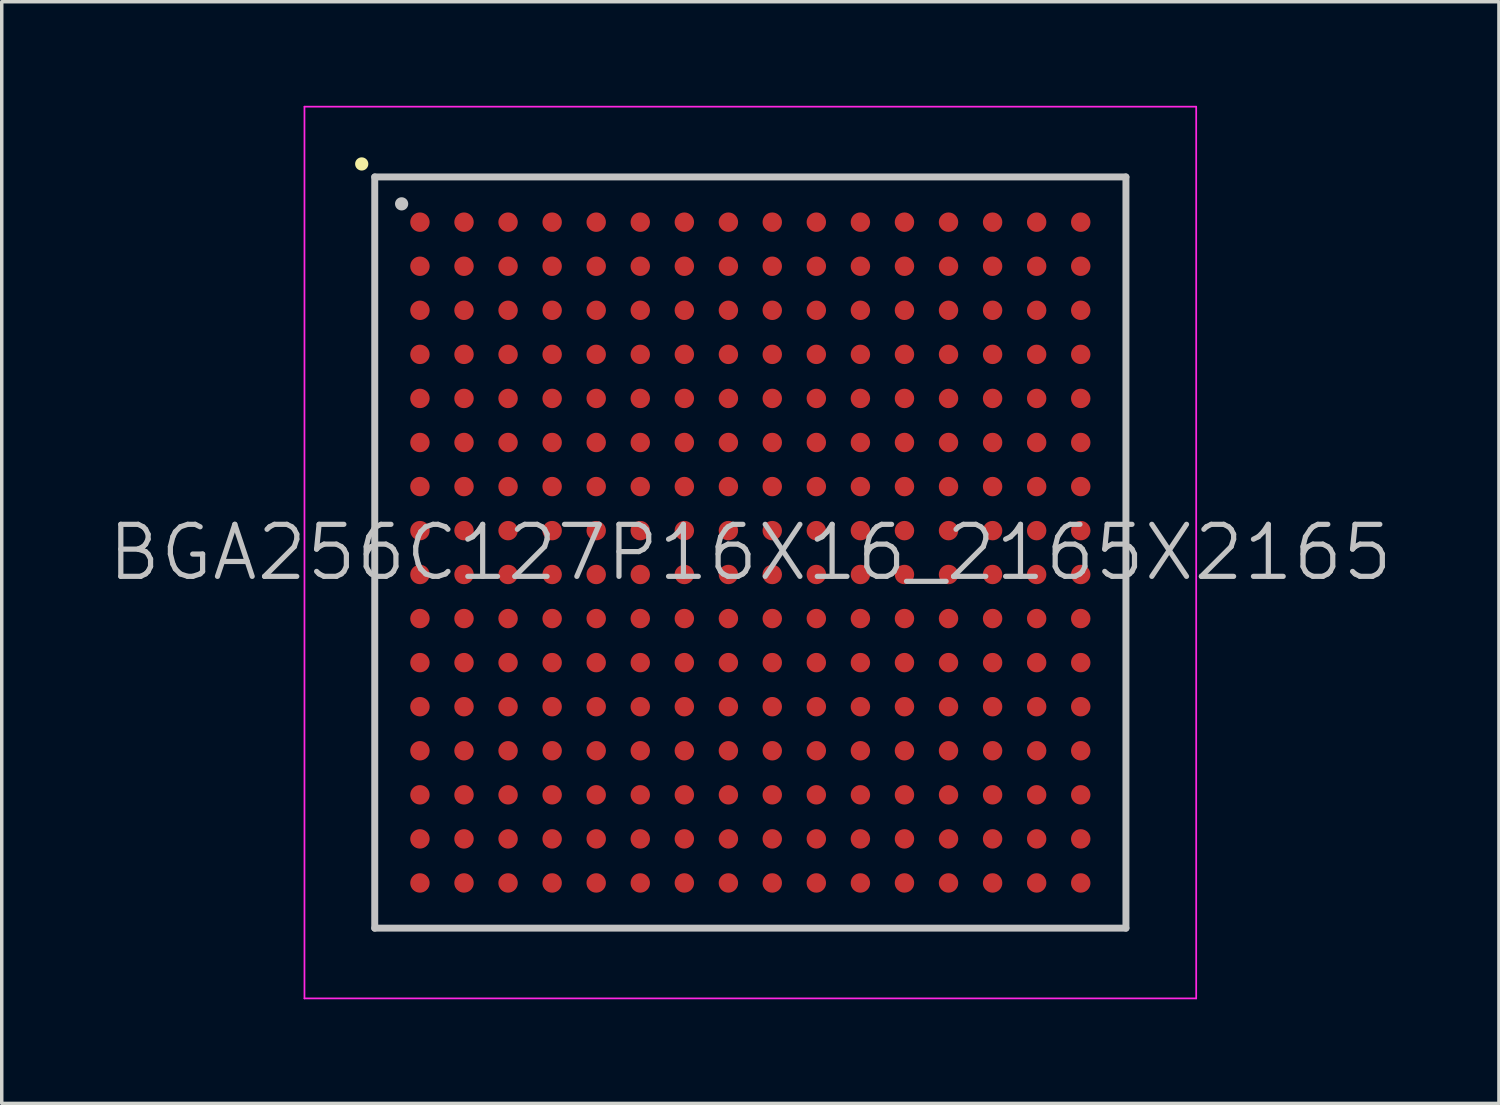
<source format=kicad_pcb>
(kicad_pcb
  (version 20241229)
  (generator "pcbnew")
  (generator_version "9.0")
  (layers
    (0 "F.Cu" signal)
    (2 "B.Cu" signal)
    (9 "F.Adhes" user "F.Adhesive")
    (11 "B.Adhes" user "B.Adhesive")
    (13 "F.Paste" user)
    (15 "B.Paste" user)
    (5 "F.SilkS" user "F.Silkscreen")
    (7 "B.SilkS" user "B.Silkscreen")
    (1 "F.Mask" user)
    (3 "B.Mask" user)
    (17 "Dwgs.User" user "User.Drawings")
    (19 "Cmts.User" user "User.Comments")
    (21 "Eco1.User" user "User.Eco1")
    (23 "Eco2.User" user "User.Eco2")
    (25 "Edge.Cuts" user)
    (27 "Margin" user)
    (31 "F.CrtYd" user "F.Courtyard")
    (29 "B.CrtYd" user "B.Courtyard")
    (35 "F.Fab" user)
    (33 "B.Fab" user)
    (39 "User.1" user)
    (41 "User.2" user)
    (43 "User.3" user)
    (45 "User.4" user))
  (footprint "BGA256C127P16X16_2165X2165"
    (layer "F.Cu")
    (at 18.575 12.875)
    (property "Reference" "BGA256C127P16X16_2165X2165" (at 0 0 0) (layer "Dwgs.User") (effects (font (size 1.5 1.5) (thickness 0.15))))
    (attr smd)
    (fp_line (start -11.2 -11.2) (end -11.2 -11.2) (stroke (width 0.381) (type solid)) (layer "F.SilkS"))
    (fp_line (start -10.825 -10.825) (end -10.825 10.825) (stroke (width 0.2) (type solid)) (layer "Dwgs.User"))
    (fp_line (start -10.825 -10.825) (end 10.825 -10.825) (stroke (width 0.2) (type solid)) (layer "Dwgs.User"))
    (fp_line (start -10.825 10.825) (end 10.825 10.825) (stroke (width 0.2) (type solid)) (layer "Dwgs.User"))
    (fp_line (start -10.05 -10.05) (end -10.05 -10.05) (stroke (width 0.381) (type solid)) (layer "Dwgs.User"))
    (fp_line (start 10.825 -10.825) (end 10.825 10.825) (stroke (width 0.2) (type solid)) (layer "Dwgs.User"))
    (fp_line (start -12.85 -12.85) (end -12.85 12.85) (stroke (width 0.05) (type solid)) (layer "F.CrtYd"))
    (fp_line (start -12.85 -12.85) (end 12.85 -12.85) (stroke (width 0.05) (type solid)) (layer "F.CrtYd"))
    (fp_line (start -12.85 12.85) (end 12.85 12.85) (stroke (width 0.05) (type solid)) (layer "F.CrtYd"))
    (fp_line (start 12.85 -12.85) (end 12.85 12.85) (stroke (width 0.05) (type solid)) (layer "F.CrtYd"))
    (pad "A1" smd circle (at -9.522 -9.522 270) (size 0.56 0.56) (layers "F.Cu" "F.Mask" "F.Paste"))
    (pad "A2" smd circle (at -8.252 -9.522 270) (size 0.56 0.56) (layers "F.Cu" "F.Mask" "F.Paste"))
    (pad "A3" smd circle (at -6.982 -9.522 270) (size 0.56 0.56) (layers "F.Cu" "F.Mask" "F.Paste"))
    (pad "A4" smd circle (at -5.712 -9.522 270) (size 0.56 0.56) (layers "F.Cu" "F.Mask" "F.Paste"))
    (pad "A5" smd circle (at -4.442 -9.522 270) (size 0.56 0.56) (layers "F.Cu" "F.Mask" "F.Paste"))
    (pad "A6" smd circle (at -3.172 -9.522 270) (size 0.56 0.56) (layers "F.Cu" "F.Mask" "F.Paste"))
    (pad "A7" smd circle (at -1.902 -9.522 270) (size 0.56 0.56) (layers "F.Cu" "F.Mask" "F.Paste"))
    (pad "A8" smd circle (at -0.632 -9.522 270) (size 0.56 0.56) (layers "F.Cu" "F.Mask" "F.Paste"))
    (pad "A9" smd circle (at 0.632 -9.522 270) (size 0.56 0.56) (layers "F.Cu" "F.Mask" "F.Paste"))
    (pad "A10" smd circle (at 1.902 -9.522 270) (size 0.56 0.56) (layers "F.Cu" "F.Mask" "F.Paste"))
    (pad "A11" smd circle (at 3.172 -9.522 270) (size 0.56 0.56) (layers "F.Cu" "F.Mask" "F.Paste"))
    (pad "A12" smd circle (at 4.442 -9.522 270) (size 0.56 0.56) (layers "F.Cu" "F.Mask" "F.Paste"))
    (pad "A13" smd circle (at 5.712 -9.522 270) (size 0.56 0.56) (layers "F.Cu" "F.Mask" "F.Paste"))
    (pad "A14" smd circle (at 6.982 -9.522 270) (size 0.56 0.56) (layers "F.Cu" "F.Mask" "F.Paste"))
    (pad "A15" smd circle (at 8.252 -9.522 270) (size 0.56 0.56) (layers "F.Cu" "F.Mask" "F.Paste"))
    (pad "A16" smd circle (at 9.522 -9.522 270) (size 0.56 0.56) (layers "F.Cu" "F.Mask" "F.Paste"))
    (pad "B1" smd circle (at -9.522 -8.252 270) (size 0.56 0.56) (layers "F.Cu" "F.Mask" "F.Paste"))
    (pad "B2" smd circle (at -8.252 -8.252 270) (size 0.56 0.56) (layers "F.Cu" "F.Mask" "F.Paste"))
    (pad "B3" smd circle (at -6.982 -8.252 270) (size 0.56 0.56) (layers "F.Cu" "F.Mask" "F.Paste"))
    (pad "B4" smd circle (at -5.712 -8.252 270) (size 0.56 0.56) (layers "F.Cu" "F.Mask" "F.Paste"))
    (pad "B5" smd circle (at -4.442 -8.252 270) (size 0.56 0.56) (layers "F.Cu" "F.Mask" "F.Paste"))
    (pad "B6" smd circle (at -3.172 -8.252 270) (size 0.56 0.56) (layers "F.Cu" "F.Mask" "F.Paste"))
    (pad "B7" smd circle (at -1.902 -8.252 270) (size 0.56 0.56) (layers "F.Cu" "F.Mask" "F.Paste"))
    (pad "B8" smd circle (at -0.632 -8.252 270) (size 0.56 0.56) (layers "F.Cu" "F.Mask" "F.Paste"))
    (pad "B9" smd circle (at 0.632 -8.252 270) (size 0.56 0.56) (layers "F.Cu" "F.Mask" "F.Paste"))
    (pad "B10" smd circle (at 1.902 -8.252 270) (size 0.56 0.56) (layers "F.Cu" "F.Mask" "F.Paste"))
    (pad "B11" smd circle (at 3.172 -8.252 270) (size 0.56 0.56) (layers "F.Cu" "F.Mask" "F.Paste"))
    (pad "B12" smd circle (at 4.442 -8.252 270) (size 0.56 0.56) (layers "F.Cu" "F.Mask" "F.Paste"))
    (pad "B13" smd circle (at 5.712 -8.252 270) (size 0.56 0.56) (layers "F.Cu" "F.Mask" "F.Paste"))
    (pad "B14" smd circle (at 6.982 -8.252 270) (size 0.56 0.56) (layers "F.Cu" "F.Mask" "F.Paste"))
    (pad "B15" smd circle (at 8.252 -8.252 270) (size 0.56 0.56) (layers "F.Cu" "F.Mask" "F.Paste"))
    (pad "B16" smd circle (at 9.522 -8.252 270) (size 0.56 0.56) (layers "F.Cu" "F.Mask" "F.Paste"))
    (pad "C1" smd circle (at -9.522 -6.982 270) (size 0.56 0.56) (layers "F.Cu" "F.Mask" "F.Paste"))
    (pad "C2" smd circle (at -8.252 -6.982 270) (size 0.56 0.56) (layers "F.Cu" "F.Mask" "F.Paste"))
    (pad "C3" smd circle (at -6.982 -6.982 270) (size 0.56 0.56) (layers "F.Cu" "F.Mask" "F.Paste"))
    (pad "C4" smd circle (at -5.712 -6.982 270) (size 0.56 0.56) (layers "F.Cu" "F.Mask" "F.Paste"))
    (pad "C5" smd circle (at -4.442 -6.982 270) (size 0.56 0.56) (layers "F.Cu" "F.Mask" "F.Paste"))
    (pad "C6" smd circle (at -3.172 -6.982 270) (size 0.56 0.56) (layers "F.Cu" "F.Mask" "F.Paste"))
    (pad "C7" smd circle (at -1.902 -6.982 270) (size 0.56 0.56) (layers "F.Cu" "F.Mask" "F.Paste"))
    (pad "C8" smd circle (at -0.632 -6.982 270) (size 0.56 0.56) (layers "F.Cu" "F.Mask" "F.Paste"))
    (pad "C9" smd circle (at 0.632 -6.982 270) (size 0.56 0.56) (layers "F.Cu" "F.Mask" "F.Paste"))
    (pad "C10" smd circle (at 1.902 -6.982 270) (size 0.56 0.56) (layers "F.Cu" "F.Mask" "F.Paste"))
    (pad "C11" smd circle (at 3.172 -6.982 270) (size 0.56 0.56) (layers "F.Cu" "F.Mask" "F.Paste"))
    (pad "C12" smd circle (at 4.442 -6.982 270) (size 0.56 0.56) (layers "F.Cu" "F.Mask" "F.Paste"))
    (pad "C13" smd circle (at 5.712 -6.982 270) (size 0.56 0.56) (layers "F.Cu" "F.Mask" "F.Paste"))
    (pad "C14" smd circle (at 6.982 -6.982 270) (size 0.56 0.56) (layers "F.Cu" "F.Mask" "F.Paste"))
    (pad "C15" smd circle (at 8.252 -6.982 270) (size 0.56 0.56) (layers "F.Cu" "F.Mask" "F.Paste"))
    (pad "C16" smd circle (at 9.522 -6.982 270) (size 0.56 0.56) (layers "F.Cu" "F.Mask" "F.Paste"))
    (pad "D1" smd circle (at -9.522 -5.712 270) (size 0.56 0.56) (layers "F.Cu" "F.Mask" "F.Paste"))
    (pad "D2" smd circle (at -8.252 -5.712 270) (size 0.56 0.56) (layers "F.Cu" "F.Mask" "F.Paste"))
    (pad "D3" smd circle (at -6.982 -5.712 270) (size 0.56 0.56) (layers "F.Cu" "F.Mask" "F.Paste"))
    (pad "D4" smd circle (at -5.712 -5.712 270) (size 0.56 0.56) (layers "F.Cu" "F.Mask" "F.Paste"))
    (pad "D5" smd circle (at -4.442 -5.712 270) (size 0.56 0.56) (layers "F.Cu" "F.Mask" "F.Paste"))
    (pad "D6" smd circle (at -3.172 -5.712 270) (size 0.56 0.56) (layers "F.Cu" "F.Mask" "F.Paste"))
    (pad "D7" smd circle (at -1.902 -5.712 270) (size 0.56 0.56) (layers "F.Cu" "F.Mask" "F.Paste"))
    (pad "D8" smd circle (at -0.632 -5.712 270) (size 0.56 0.56) (layers "F.Cu" "F.Mask" "F.Paste"))
    (pad "D9" smd circle (at 0.632 -5.712 270) (size 0.56 0.56) (layers "F.Cu" "F.Mask" "F.Paste"))
    (pad "D10" smd circle (at 1.902 -5.712 270) (size 0.56 0.56) (layers "F.Cu" "F.Mask" "F.Paste"))
    (pad "D11" smd circle (at 3.172 -5.712 270) (size 0.56 0.56) (layers "F.Cu" "F.Mask" "F.Paste"))
    (pad "D12" smd circle (at 4.442 -5.712 270) (size 0.56 0.56) (layers "F.Cu" "F.Mask" "F.Paste"))
    (pad "D13" smd circle (at 5.712 -5.712 270) (size 0.56 0.56) (layers "F.Cu" "F.Mask" "F.Paste"))
    (pad "D14" smd circle (at 6.982 -5.712 270) (size 0.56 0.56) (layers "F.Cu" "F.Mask" "F.Paste"))
    (pad "D15" smd circle (at 8.252 -5.712 270) (size 0.56 0.56) (layers "F.Cu" "F.Mask" "F.Paste"))
    (pad "D16" smd circle (at 9.522 -5.712 270) (size 0.56 0.56) (layers "F.Cu" "F.Mask" "F.Paste"))
    (pad "E1" smd circle (at -9.522 -4.442 270) (size 0.56 0.56) (layers "F.Cu" "F.Mask" "F.Paste"))
    (pad "E2" smd circle (at -8.252 -4.442 270) (size 0.56 0.56) (layers "F.Cu" "F.Mask" "F.Paste"))
    (pad "E3" smd circle (at -6.982 -4.442 270) (size 0.56 0.56) (layers "F.Cu" "F.Mask" "F.Paste"))
    (pad "E4" smd circle (at -5.712 -4.442 270) (size 0.56 0.56) (layers "F.Cu" "F.Mask" "F.Paste"))
    (pad "E5" smd circle (at -4.442 -4.442 270) (size 0.56 0.56) (layers "F.Cu" "F.Mask" "F.Paste"))
    (pad "E6" smd circle (at -3.172 -4.442 270) (size 0.56 0.56) (layers "F.Cu" "F.Mask" "F.Paste"))
    (pad "E7" smd circle (at -1.902 -4.442 270) (size 0.56 0.56) (layers "F.Cu" "F.Mask" "F.Paste"))
    (pad "E8" smd circle (at -0.632 -4.442 270) (size 0.56 0.56) (layers "F.Cu" "F.Mask" "F.Paste"))
    (pad "E9" smd circle (at 0.632 -4.442 270) (size 0.56 0.56) (layers "F.Cu" "F.Mask" "F.Paste"))
    (pad "E10" smd circle (at 1.902 -4.442 270) (size 0.56 0.56) (layers "F.Cu" "F.Mask" "F.Paste"))
    (pad "E11" smd circle (at 3.172 -4.442 270) (size 0.56 0.56) (layers "F.Cu" "F.Mask" "F.Paste"))
    (pad "E12" smd circle (at 4.442 -4.442 270) (size 0.56 0.56) (layers "F.Cu" "F.Mask" "F.Paste"))
    (pad "E13" smd circle (at 5.712 -4.442 270) (size 0.56 0.56) (layers "F.Cu" "F.Mask" "F.Paste"))
    (pad "E14" smd circle (at 6.982 -4.442 270) (size 0.56 0.56) (layers "F.Cu" "F.Mask" "F.Paste"))
    (pad "E15" smd circle (at 8.252 -4.442 270) (size 0.56 0.56) (layers "F.Cu" "F.Mask" "F.Paste"))
    (pad "E16" smd circle (at 9.522 -4.442 270) (size 0.56 0.56) (layers "F.Cu" "F.Mask" "F.Paste"))
    (pad "F1" smd circle (at -9.522 -3.172 270) (size 0.56 0.56) (layers "F.Cu" "F.Mask" "F.Paste"))
    (pad "F2" smd circle (at -8.252 -3.172 270) (size 0.56 0.56) (layers "F.Cu" "F.Mask" "F.Paste"))
    (pad "F3" smd circle (at -6.982 -3.172 270) (size 0.56 0.56) (layers "F.Cu" "F.Mask" "F.Paste"))
    (pad "F4" smd circle (at -5.712 -3.172 270) (size 0.56 0.56) (layers "F.Cu" "F.Mask" "F.Paste"))
    (pad "F5" smd circle (at -4.442 -3.172 270) (size 0.56 0.56) (layers "F.Cu" "F.Mask" "F.Paste"))
    (pad "F6" smd circle (at -3.172 -3.172 270) (size 0.56 0.56) (layers "F.Cu" "F.Mask" "F.Paste"))
    (pad "F7" smd circle (at -1.902 -3.172 270) (size 0.56 0.56) (layers "F.Cu" "F.Mask" "F.Paste"))
    (pad "F8" smd circle (at -0.632 -3.172 270) (size 0.56 0.56) (layers "F.Cu" "F.Mask" "F.Paste"))
    (pad "F9" smd circle (at 0.632 -3.172 270) (size 0.56 0.56) (layers "F.Cu" "F.Mask" "F.Paste"))
    (pad "F10" smd circle (at 1.902 -3.172 270) (size 0.56 0.56) (layers "F.Cu" "F.Mask" "F.Paste"))
    (pad "F11" smd circle (at 3.172 -3.172 270) (size 0.56 0.56) (layers "F.Cu" "F.Mask" "F.Paste"))
    (pad "F12" smd circle (at 4.442 -3.172 270) (size 0.56 0.56) (layers "F.Cu" "F.Mask" "F.Paste"))
    (pad "F13" smd circle (at 5.712 -3.172 270) (size 0.56 0.56) (layers "F.Cu" "F.Mask" "F.Paste"))
    (pad "F14" smd circle (at 6.982 -3.172 270) (size 0.56 0.56) (layers "F.Cu" "F.Mask" "F.Paste"))
    (pad "F15" smd circle (at 8.252 -3.172 270) (size 0.56 0.56) (layers "F.Cu" "F.Mask" "F.Paste"))
    (pad "F16" smd circle (at 9.522 -3.172 270) (size 0.56 0.56) (layers "F.Cu" "F.Mask" "F.Paste"))
    (pad "G1" smd circle (at -9.522 -1.902 270) (size 0.56 0.56) (layers "F.Cu" "F.Mask" "F.Paste"))
    (pad "G2" smd circle (at -8.252 -1.902 270) (size 0.56 0.56) (layers "F.Cu" "F.Mask" "F.Paste"))
    (pad "G3" smd circle (at -6.982 -1.902 270) (size 0.56 0.56) (layers "F.Cu" "F.Mask" "F.Paste"))
    (pad "G4" smd circle (at -5.712 -1.902 270) (size 0.56 0.56) (layers "F.Cu" "F.Mask" "F.Paste"))
    (pad "G5" smd circle (at -4.442 -1.902 270) (size 0.56 0.56) (layers "F.Cu" "F.Mask" "F.Paste"))
    (pad "G6" smd circle (at -3.172 -1.902 270) (size 0.56 0.56) (layers "F.Cu" "F.Mask" "F.Paste"))
    (pad "G7" smd circle (at -1.902 -1.902 270) (size 0.56 0.56) (layers "F.Cu" "F.Mask" "F.Paste"))
    (pad "G8" smd circle (at -0.632 -1.902 270) (size 0.56 0.56) (layers "F.Cu" "F.Mask" "F.Paste"))
    (pad "G9" smd circle (at 0.632 -1.902 270) (size 0.56 0.56) (layers "F.Cu" "F.Mask" "F.Paste"))
    (pad "G10" smd circle (at 1.902 -1.902 270) (size 0.56 0.56) (layers "F.Cu" "F.Mask" "F.Paste"))
    (pad "G11" smd circle (at 3.172 -1.902 270) (size 0.56 0.56) (layers "F.Cu" "F.Mask" "F.Paste"))
    (pad "G12" smd circle (at 4.442 -1.902 270) (size 0.56 0.56) (layers "F.Cu" "F.Mask" "F.Paste"))
    (pad "G13" smd circle (at 5.712 -1.902 270) (size 0.56 0.56) (layers "F.Cu" "F.Mask" "F.Paste"))
    (pad "G14" smd circle (at 6.982 -1.902 270) (size 0.56 0.56) (layers "F.Cu" "F.Mask" "F.Paste"))
    (pad "G15" smd circle (at 8.252 -1.902 270) (size 0.56 0.56) (layers "F.Cu" "F.Mask" "F.Paste"))
    (pad "G16" smd circle (at 9.522 -1.902 270) (size 0.56 0.56) (layers "F.Cu" "F.Mask" "F.Paste"))
    (pad "H1" smd circle (at -9.522 -0.632 270) (size 0.56 0.56) (layers "F.Cu" "F.Mask" "F.Paste"))
    (pad "H2" smd circle (at -8.252 -0.632 270) (size 0.56 0.56) (layers "F.Cu" "F.Mask" "F.Paste"))
    (pad "H3" smd circle (at -6.982 -0.632 270) (size 0.56 0.56) (layers "F.Cu" "F.Mask" "F.Paste"))
    (pad "H4" smd circle (at -5.712 -0.632 270) (size 0.56 0.56) (layers "F.Cu" "F.Mask" "F.Paste"))
    (pad "H5" smd circle (at -4.442 -0.632 270) (size 0.56 0.56) (layers "F.Cu" "F.Mask" "F.Paste"))
    (pad "H6" smd circle (at -3.172 -0.632 270) (size 0.56 0.56) (layers "F.Cu" "F.Mask" "F.Paste"))
    (pad "H7" smd circle (at -1.902 -0.632 270) (size 0.56 0.56) (layers "F.Cu" "F.Mask" "F.Paste"))
    (pad "H8" smd circle (at -0.632 -0.632 270) (size 0.56 0.56) (layers "F.Cu" "F.Mask" "F.Paste"))
    (pad "H9" smd circle (at 0.632 -0.632 270) (size 0.56 0.56) (layers "F.Cu" "F.Mask" "F.Paste"))
    (pad "H10" smd circle (at 1.902 -0.632 270) (size 0.56 0.56) (layers "F.Cu" "F.Mask" "F.Paste"))
    (pad "H11" smd circle (at 3.172 -0.632 270) (size 0.56 0.56) (layers "F.Cu" "F.Mask" "F.Paste"))
    (pad "H12" smd circle (at 4.442 -0.632 270) (size 0.56 0.56) (layers "F.Cu" "F.Mask" "F.Paste"))
    (pad "H13" smd circle (at 5.712 -0.632 270) (size 0.56 0.56) (layers "F.Cu" "F.Mask" "F.Paste"))
    (pad "H14" smd circle (at 6.982 -0.632 270) (size 0.56 0.56) (layers "F.Cu" "F.Mask" "F.Paste"))
    (pad "H15" smd circle (at 8.252 -0.632 270) (size 0.56 0.56) (layers "F.Cu" "F.Mask" "F.Paste"))
    (pad "H16" smd circle (at 9.522 -0.632 270) (size 0.56 0.56) (layers "F.Cu" "F.Mask" "F.Paste"))
    (pad "J1" smd circle (at -9.522 0.632 270) (size 0.56 0.56) (layers "F.Cu" "F.Mask" "F.Paste"))
    (pad "J2" smd circle (at -8.252 0.632 270) (size 0.56 0.56) (layers "F.Cu" "F.Mask" "F.Paste"))
    (pad "J3" smd circle (at -6.982 0.632 270) (size 0.56 0.56) (layers "F.Cu" "F.Mask" "F.Paste"))
    (pad "J4" smd circle (at -5.712 0.632 270) (size 0.56 0.56) (layers "F.Cu" "F.Mask" "F.Paste"))
    (pad "J5" smd circle (at -4.442 0.632 270) (size 0.56 0.56) (layers "F.Cu" "F.Mask" "F.Paste"))
    (pad "J6" smd circle (at -3.172 0.632 270) (size 0.56 0.56) (layers "F.Cu" "F.Mask" "F.Paste"))
    (pad "J7" smd circle (at -1.902 0.632 270) (size 0.56 0.56) (layers "F.Cu" "F.Mask" "F.Paste"))
    (pad "J8" smd circle (at -0.632 0.632 270) (size 0.56 0.56) (layers "F.Cu" "F.Mask" "F.Paste"))
    (pad "J9" smd circle (at 0.632 0.632 270) (size 0.56 0.56) (layers "F.Cu" "F.Mask" "F.Paste"))
    (pad "J10" smd circle (at 1.902 0.632 270) (size 0.56 0.56) (layers "F.Cu" "F.Mask" "F.Paste"))
    (pad "J11" smd circle (at 3.172 0.632 270) (size 0.56 0.56) (layers "F.Cu" "F.Mask" "F.Paste"))
    (pad "J12" smd circle (at 4.442 0.632 270) (size 0.56 0.56) (layers "F.Cu" "F.Mask" "F.Paste"))
    (pad "J13" smd circle (at 5.712 0.632 270) (size 0.56 0.56) (layers "F.Cu" "F.Mask" "F.Paste"))
    (pad "J14" smd circle (at 6.982 0.632 270) (size 0.56 0.56) (layers "F.Cu" "F.Mask" "F.Paste"))
    (pad "J15" smd circle (at 8.252 0.632 270) (size 0.56 0.56) (layers "F.Cu" "F.Mask" "F.Paste"))
    (pad "J16" smd circle (at 9.522 0.632 270) (size 0.56 0.56) (layers "F.Cu" "F.Mask" "F.Paste"))
    (pad "K1" smd circle (at -9.522 1.902 270) (size 0.56 0.56) (layers "F.Cu" "F.Mask" "F.Paste"))
    (pad "K2" smd circle (at -8.252 1.902 270) (size 0.56 0.56) (layers "F.Cu" "F.Mask" "F.Paste"))
    (pad "K3" smd circle (at -6.982 1.902 270) (size 0.56 0.56) (layers "F.Cu" "F.Mask" "F.Paste"))
    (pad "K4" smd circle (at -5.712 1.902 270) (size 0.56 0.56) (layers "F.Cu" "F.Mask" "F.Paste"))
    (pad "K5" smd circle (at -4.442 1.902 270) (size 0.56 0.56) (layers "F.Cu" "F.Mask" "F.Paste"))
    (pad "K6" smd circle (at -3.172 1.902 270) (size 0.56 0.56) (layers "F.Cu" "F.Mask" "F.Paste"))
    (pad "K7" smd circle (at -1.902 1.902 270) (size 0.56 0.56) (layers "F.Cu" "F.Mask" "F.Paste"))
    (pad "K8" smd circle (at -0.632 1.902 270) (size 0.56 0.56) (layers "F.Cu" "F.Mask" "F.Paste"))
    (pad "K9" smd circle (at 0.632 1.902 270) (size 0.56 0.56) (layers "F.Cu" "F.Mask" "F.Paste"))
    (pad "K10" smd circle (at 1.902 1.902 270) (size 0.56 0.56) (layers "F.Cu" "F.Mask" "F.Paste"))
    (pad "K11" smd circle (at 3.172 1.902 270) (size 0.56 0.56) (layers "F.Cu" "F.Mask" "F.Paste"))
    (pad "K12" smd circle (at 4.442 1.902 270) (size 0.56 0.56) (layers "F.Cu" "F.Mask" "F.Paste"))
    (pad "K13" smd circle (at 5.712 1.902 270) (size 0.56 0.56) (layers "F.Cu" "F.Mask" "F.Paste"))
    (pad "K14" smd circle (at 6.982 1.902 270) (size 0.56 0.56) (layers "F.Cu" "F.Mask" "F.Paste"))
    (pad "K15" smd circle (at 8.252 1.902 270) (size 0.56 0.56) (layers "F.Cu" "F.Mask" "F.Paste"))
    (pad "K16" smd circle (at 9.522 1.902 270) (size 0.56 0.56) (layers "F.Cu" "F.Mask" "F.Paste"))
    (pad "L1" smd circle (at -9.522 3.172 270) (size 0.56 0.56) (layers "F.Cu" "F.Mask" "F.Paste"))
    (pad "L2" smd circle (at -8.252 3.172 270) (size 0.56 0.56) (layers "F.Cu" "F.Mask" "F.Paste"))
    (pad "L3" smd circle (at -6.982 3.172 270) (size 0.56 0.56) (layers "F.Cu" "F.Mask" "F.Paste"))
    (pad "L4" smd circle (at -5.712 3.172 270) (size 0.56 0.56) (layers "F.Cu" "F.Mask" "F.Paste"))
    (pad "L5" smd circle (at -4.442 3.172 270) (size 0.56 0.56) (layers "F.Cu" "F.Mask" "F.Paste"))
    (pad "L6" smd circle (at -3.172 3.172 270) (size 0.56 0.56) (layers "F.Cu" "F.Mask" "F.Paste"))
    (pad "L7" smd circle (at -1.902 3.172 270) (size 0.56 0.56) (layers "F.Cu" "F.Mask" "F.Paste"))
    (pad "L8" smd circle (at -0.632 3.172 270) (size 0.56 0.56) (layers "F.Cu" "F.Mask" "F.Paste"))
    (pad "L9" smd circle (at 0.632 3.172 270) (size 0.56 0.56) (layers "F.Cu" "F.Mask" "F.Paste"))
    (pad "L10" smd circle (at 1.902 3.172 270) (size 0.56 0.56) (layers "F.Cu" "F.Mask" "F.Paste"))
    (pad "L11" smd circle (at 3.172 3.172 270) (size 0.56 0.56) (layers "F.Cu" "F.Mask" "F.Paste"))
    (pad "L12" smd circle (at 4.442 3.172 270) (size 0.56 0.56) (layers "F.Cu" "F.Mask" "F.Paste"))
    (pad "L13" smd circle (at 5.712 3.172 270) (size 0.56 0.56) (layers "F.Cu" "F.Mask" "F.Paste"))
    (pad "L14" smd circle (at 6.982 3.172 270) (size 0.56 0.56) (layers "F.Cu" "F.Mask" "F.Paste"))
    (pad "L15" smd circle (at 8.252 3.172 270) (size 0.56 0.56) (layers "F.Cu" "F.Mask" "F.Paste"))
    (pad "L16" smd circle (at 9.522 3.172 270) (size 0.56 0.56) (layers "F.Cu" "F.Mask" "F.Paste"))
    (pad "M1" smd circle (at -9.522 4.442 270) (size 0.56 0.56) (layers "F.Cu" "F.Mask" "F.Paste"))
    (pad "M2" smd circle (at -8.252 4.442 270) (size 0.56 0.56) (layers "F.Cu" "F.Mask" "F.Paste"))
    (pad "M3" smd circle (at -6.982 4.442 270) (size 0.56 0.56) (layers "F.Cu" "F.Mask" "F.Paste"))
    (pad "M4" smd circle (at -5.712 4.442 270) (size 0.56 0.56) (layers "F.Cu" "F.Mask" "F.Paste"))
    (pad "M5" smd circle (at -4.442 4.442 270) (size 0.56 0.56) (layers "F.Cu" "F.Mask" "F.Paste"))
    (pad "M6" smd circle (at -3.172 4.442 270) (size 0.56 0.56) (layers "F.Cu" "F.Mask" "F.Paste"))
    (pad "M7" smd circle (at -1.902 4.442 270) (size 0.56 0.56) (layers "F.Cu" "F.Mask" "F.Paste"))
    (pad "M8" smd circle (at -0.632 4.442 270) (size 0.56 0.56) (layers "F.Cu" "F.Mask" "F.Paste"))
    (pad "M9" smd circle (at 0.632 4.442 270) (size 0.56 0.56) (layers "F.Cu" "F.Mask" "F.Paste"))
    (pad "M10" smd circle (at 1.902 4.442 270) (size 0.56 0.56) (layers "F.Cu" "F.Mask" "F.Paste"))
    (pad "M11" smd circle (at 3.172 4.442 270) (size 0.56 0.56) (layers "F.Cu" "F.Mask" "F.Paste"))
    (pad "M12" smd circle (at 4.442 4.442 270) (size 0.56 0.56) (layers "F.Cu" "F.Mask" "F.Paste"))
    (pad "M13" smd circle (at 5.712 4.442 270) (size 0.56 0.56) (layers "F.Cu" "F.Mask" "F.Paste"))
    (pad "M14" smd circle (at 6.982 4.442 270) (size 0.56 0.56) (layers "F.Cu" "F.Mask" "F.Paste"))
    (pad "M15" smd circle (at 8.252 4.442 270) (size 0.56 0.56) (layers "F.Cu" "F.Mask" "F.Paste"))
    (pad "M16" smd circle (at 9.522 4.442 270) (size 0.56 0.56) (layers "F.Cu" "F.Mask" "F.Paste"))
    (pad "N1" smd circle (at -9.522 5.712 270) (size 0.56 0.56) (layers "F.Cu" "F.Mask" "F.Paste"))
    (pad "N2" smd circle (at -8.252 5.712 270) (size 0.56 0.56) (layers "F.Cu" "F.Mask" "F.Paste"))
    (pad "N3" smd circle (at -6.982 5.712 270) (size 0.56 0.56) (layers "F.Cu" "F.Mask" "F.Paste"))
    (pad "N4" smd circle (at -5.712 5.712 270) (size 0.56 0.56) (layers "F.Cu" "F.Mask" "F.Paste"))
    (pad "N5" smd circle (at -4.442 5.712 270) (size 0.56 0.56) (layers "F.Cu" "F.Mask" "F.Paste"))
    (pad "N6" smd circle (at -3.172 5.712 270) (size 0.56 0.56) (layers "F.Cu" "F.Mask" "F.Paste"))
    (pad "N7" smd circle (at -1.902 5.712 270) (size 0.56 0.56) (layers "F.Cu" "F.Mask" "F.Paste"))
    (pad "N8" smd circle (at -0.632 5.712 270) (size 0.56 0.56) (layers "F.Cu" "F.Mask" "F.Paste"))
    (pad "N9" smd circle (at 0.632 5.712 270) (size 0.56 0.56) (layers "F.Cu" "F.Mask" "F.Paste"))
    (pad "N10" smd circle (at 1.902 5.712 270) (size 0.56 0.56) (layers "F.Cu" "F.Mask" "F.Paste"))
    (pad "N11" smd circle (at 3.172 5.712 270) (size 0.56 0.56) (layers "F.Cu" "F.Mask" "F.Paste"))
    (pad "N12" smd circle (at 4.442 5.712 270) (size 0.56 0.56) (layers "F.Cu" "F.Mask" "F.Paste"))
    (pad "N13" smd circle (at 5.712 5.712 270) (size 0.56 0.56) (layers "F.Cu" "F.Mask" "F.Paste"))
    (pad "N14" smd circle (at 6.982 5.712 270) (size 0.56 0.56) (layers "F.Cu" "F.Mask" "F.Paste"))
    (pad "N15" smd circle (at 8.252 5.712 270) (size 0.56 0.56) (layers "F.Cu" "F.Mask" "F.Paste"))
    (pad "N16" smd circle (at 9.522 5.712 270) (size 0.56 0.56) (layers "F.Cu" "F.Mask" "F.Paste"))
    (pad "P1" smd circle (at -9.522 6.982 270) (size 0.56 0.56) (layers "F.Cu" "F.Mask" "F.Paste"))
    (pad "P2" smd circle (at -8.252 6.982 270) (size 0.56 0.56) (layers "F.Cu" "F.Mask" "F.Paste"))
    (pad "P3" smd circle (at -6.982 6.982 270) (size 0.56 0.56) (layers "F.Cu" "F.Mask" "F.Paste"))
    (pad "P4" smd circle (at -5.712 6.982 270) (size 0.56 0.56) (layers "F.Cu" "F.Mask" "F.Paste"))
    (pad "P5" smd circle (at -4.442 6.982 270) (size 0.56 0.56) (layers "F.Cu" "F.Mask" "F.Paste"))
    (pad "P6" smd circle (at -3.172 6.982 270) (size 0.56 0.56) (layers "F.Cu" "F.Mask" "F.Paste"))
    (pad "P7" smd circle (at -1.902 6.982 270) (size 0.56 0.56) (layers "F.Cu" "F.Mask" "F.Paste"))
    (pad "P8" smd circle (at -0.632 6.982 270) (size 0.56 0.56) (layers "F.Cu" "F.Mask" "F.Paste"))
    (pad "P9" smd circle (at 0.632 6.982 270) (size 0.56 0.56) (layers "F.Cu" "F.Mask" "F.Paste"))
    (pad "P10" smd circle (at 1.902 6.982 270) (size 0.56 0.56) (layers "F.Cu" "F.Mask" "F.Paste"))
    (pad "P11" smd circle (at 3.172 6.982 270) (size 0.56 0.56) (layers "F.Cu" "F.Mask" "F.Paste"))
    (pad "P12" smd circle (at 4.442 6.982 270) (size 0.56 0.56) (layers "F.Cu" "F.Mask" "F.Paste"))
    (pad "P13" smd circle (at 5.712 6.982 270) (size 0.56 0.56) (layers "F.Cu" "F.Mask" "F.Paste"))
    (pad "P14" smd circle (at 6.982 6.982 270) (size 0.56 0.56) (layers "F.Cu" "F.Mask" "F.Paste"))
    (pad "P15" smd circle (at 8.252 6.982 270) (size 0.56 0.56) (layers "F.Cu" "F.Mask" "F.Paste"))
    (pad "P16" smd circle (at 9.522 6.982 270) (size 0.56 0.56) (layers "F.Cu" "F.Mask" "F.Paste"))
    (pad "R1" smd circle (at -9.522 8.252 270) (size 0.56 0.56) (layers "F.Cu" "F.Mask" "F.Paste"))
    (pad "R2" smd circle (at -8.252 8.252 270) (size 0.56 0.56) (layers "F.Cu" "F.Mask" "F.Paste"))
    (pad "R3" smd circle (at -6.982 8.252 270) (size 0.56 0.56) (layers "F.Cu" "F.Mask" "F.Paste"))
    (pad "R4" smd circle (at -5.712 8.252 270) (size 0.56 0.56) (layers "F.Cu" "F.Mask" "F.Paste"))
    (pad "R5" smd circle (at -4.442 8.252 270) (size 0.56 0.56) (layers "F.Cu" "F.Mask" "F.Paste"))
    (pad "R6" smd circle (at -3.172 8.252 270) (size 0.56 0.56) (layers "F.Cu" "F.Mask" "F.Paste"))
    (pad "R7" smd circle (at -1.902 8.252 270) (size 0.56 0.56) (layers "F.Cu" "F.Mask" "F.Paste"))
    (pad "R8" smd circle (at -0.632 8.252 270) (size 0.56 0.56) (layers "F.Cu" "F.Mask" "F.Paste"))
    (pad "R9" smd circle (at 0.632 8.252 270) (size 0.56 0.56) (layers "F.Cu" "F.Mask" "F.Paste"))
    (pad "R10" smd circle (at 1.902 8.252 270) (size 0.56 0.56) (layers "F.Cu" "F.Mask" "F.Paste"))
    (pad "R11" smd circle (at 3.172 8.252 270) (size 0.56 0.56) (layers "F.Cu" "F.Mask" "F.Paste"))
    (pad "R12" smd circle (at 4.442 8.252 270) (size 0.56 0.56) (layers "F.Cu" "F.Mask" "F.Paste"))
    (pad "R13" smd circle (at 5.712 8.252 270) (size 0.56 0.56) (layers "F.Cu" "F.Mask" "F.Paste"))
    (pad "R14" smd circle (at 6.982 8.252 270) (size 0.56 0.56) (layers "F.Cu" "F.Mask" "F.Paste"))
    (pad "R15" smd circle (at 8.252 8.252 270) (size 0.56 0.56) (layers "F.Cu" "F.Mask" "F.Paste"))
    (pad "R16" smd circle (at 9.522 8.252 270) (size 0.56 0.56) (layers "F.Cu" "F.Mask" "F.Paste"))
    (pad "T1" smd circle (at -9.522 9.522 270) (size 0.56 0.56) (layers "F.Cu" "F.Mask" "F.Paste"))
    (pad "T2" smd circle (at -8.252 9.522 270) (size 0.56 0.56) (layers "F.Cu" "F.Mask" "F.Paste"))
    (pad "T3" smd circle (at -6.982 9.522 270) (size 0.56 0.56) (layers "F.Cu" "F.Mask" "F.Paste"))
    (pad "T4" smd circle (at -5.712 9.522 270) (size 0.56 0.56) (layers "F.Cu" "F.Mask" "F.Paste"))
    (pad "T5" smd circle (at -4.442 9.522 270) (size 0.56 0.56) (layers "F.Cu" "F.Mask" "F.Paste"))
    (pad "T6" smd circle (at -3.172 9.522 270) (size 0.56 0.56) (layers "F.Cu" "F.Mask" "F.Paste"))
    (pad "T7" smd circle (at -1.902 9.522 270) (size 0.56 0.56) (layers "F.Cu" "F.Mask" "F.Paste"))
    (pad "T8" smd circle (at -0.632 9.522 270) (size 0.56 0.56) (layers "F.Cu" "F.Mask" "F.Paste"))
    (pad "T9" smd circle (at 0.632 9.522 270) (size 0.56 0.56) (layers "F.Cu" "F.Mask" "F.Paste"))
    (pad "T10" smd circle (at 1.902 9.522 270) (size 0.56 0.56) (layers "F.Cu" "F.Mask" "F.Paste"))
    (pad "T11" smd circle (at 3.172 9.522 270) (size 0.56 0.56) (layers "F.Cu" "F.Mask" "F.Paste"))
    (pad "T12" smd circle (at 4.442 9.522 270) (size 0.56 0.56) (layers "F.Cu" "F.Mask" "F.Paste"))
    (pad "T13" smd circle (at 5.712 9.522 270) (size 0.56 0.56) (layers "F.Cu" "F.Mask" "F.Paste"))
    (pad "T14" smd circle (at 6.982 9.522 270) (size 0.56 0.56) (layers "F.Cu" "F.Mask" "F.Paste"))
    (pad "T15" smd circle (at 8.252 9.522 270) (size 0.56 0.56) (layers "F.Cu" "F.Mask" "F.Paste"))
    (pad "T16" smd circle (at 9.522 9.522 270) (size 0.56 0.56) (layers "F.Cu" "F.Mask" "F.Paste")))
  (gr_rect
    (start -3 -3)
    (end 40.15 28.75)
    (stroke (width 0.1) (type default))
    (fill no)
    (layer "Edge.Cuts")))
</source>
